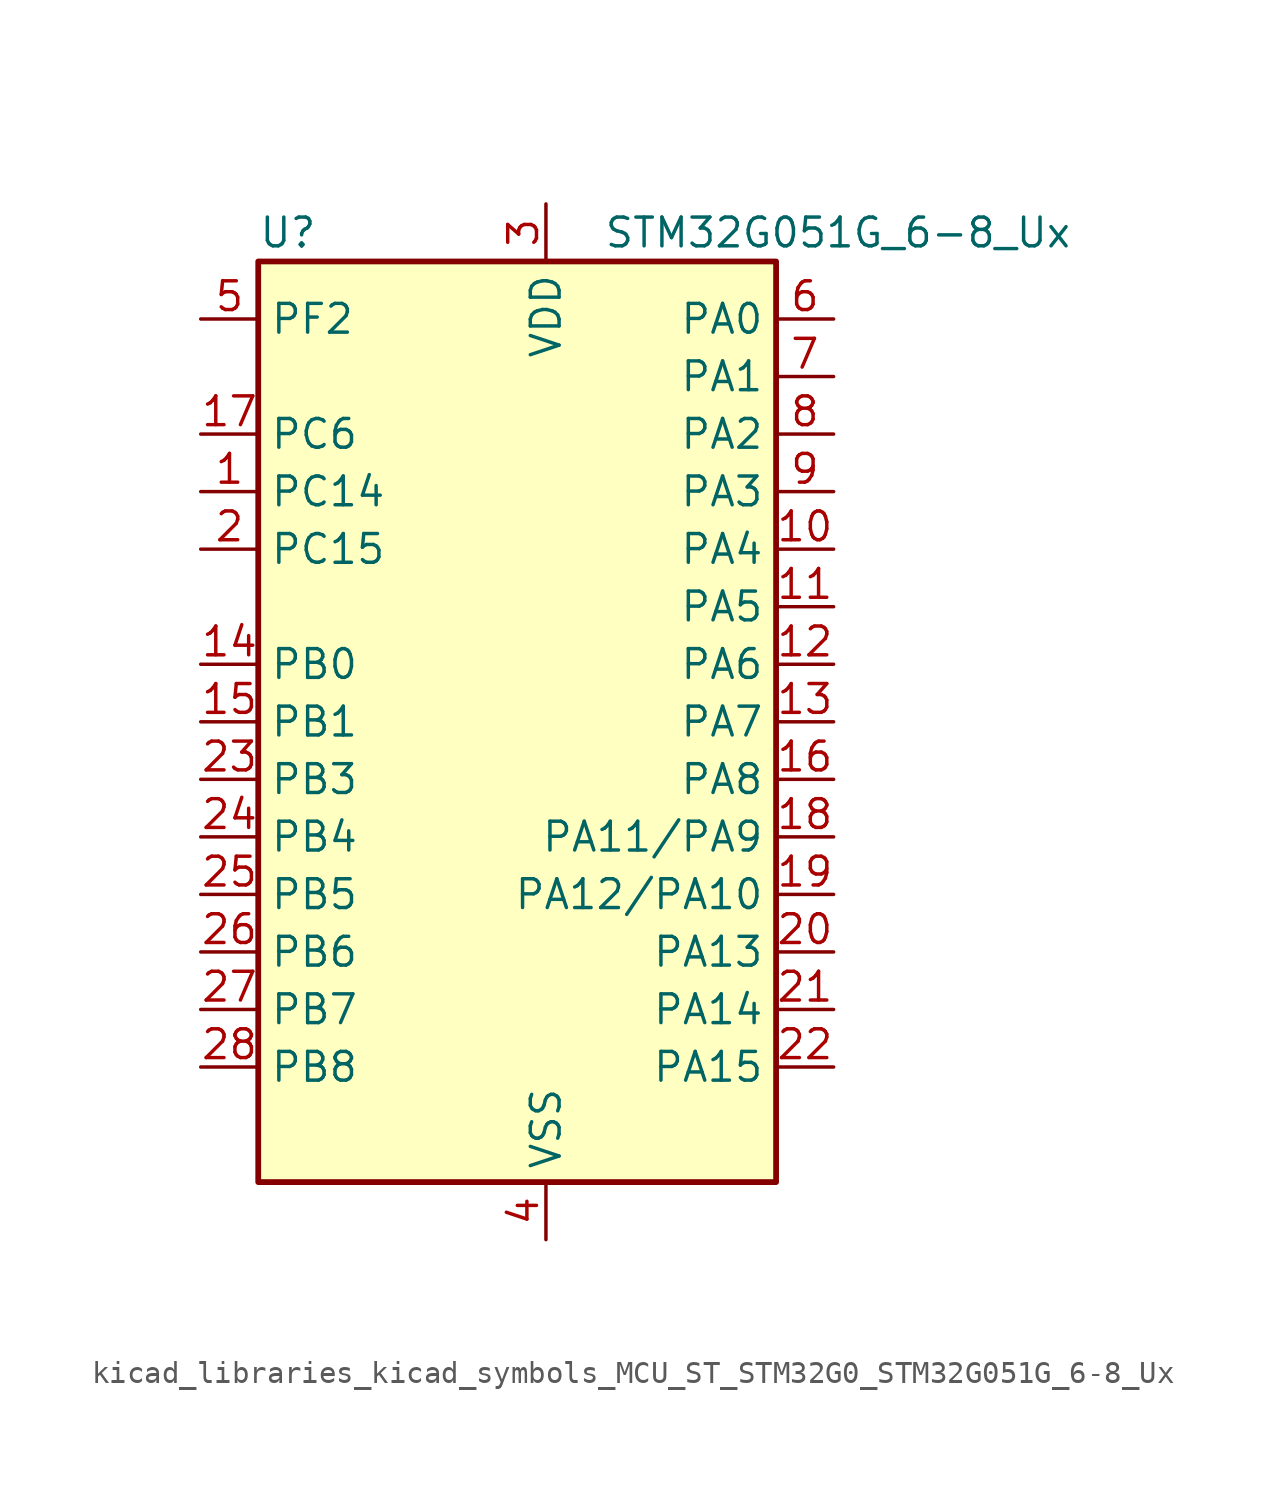
<source format=kicad_sym>
(kicad_symbol_lib
  (version 20220914)
  (generator kicad_symbol_editor)
  (symbol "kicad_libraries_kicad_symbols_MCU_ST_STM32G0_STM32G051G_6-8_Ux"
    (property "Reference" "U"
      (at -10.16 21.59 0)
      (effects (font (size 1.27 1.27)) (justify left)))
    (property "Value" "STM32G051G_6-8_Ux"
      (at 5.08 21.59 0)
      (effects (font (size 1.27 1.27)) (justify left)))
    (property "ki_locked" ""
      (at 0 0 0)
      (effects (font (size 1.27 1.27))))
    (symbol "kicad_libraries_kicad_symbols_MCU_ST_STM32G0_STM32G051G_6-8_Ux_0_1"
      (rectangle (start -10.16 -20.32) (end 12.7 20.32) (stroke (width 0.254) (type default)) (fill (type background))))
    (symbol "kicad_libraries_kicad_symbols_MCU_ST_STM32G0_STM32G051G_6-8_Ux_1_1"
      (pin bidirectional line (at -12.7 10.16 0) (length 2.54) (name "PC14" (effects (font (size 1.27 1.27)))) (number "1" (effects (font (size 1.27 1.27)))) (alternate "RCC_OSC32_IN" bidirectional line) (alternate "RCC_OSC_IN" bidirectional line) (alternate "TIM1_BK2" bidirectional line))
      (pin bidirectional line (at 15.24 7.62 180) (length 2.54) (name "PA4" (effects (font (size 1.27 1.27)))) (number "10" (effects (font (size 1.27 1.27)))) (alternate "ADC1_IN4" bidirectional line) (alternate "DAC1_OUT1" bidirectional line) (alternate "I2S1_WS" bidirectional line) (alternate "LPTIM2_OUT" bidirectional line) (alternate "RTC_OUT1" bidirectional line) (alternate "RTC_TAMP_IN1" bidirectional line) (alternate "RTC_TS" bidirectional line) (alternate "SPI1_NSS" bidirectional line) (alternate "SPI2_MOSI" bidirectional line) (alternate "SYS_WKUP2" bidirectional line) (alternate "TIM14_CH1" bidirectional line))
      (pin bidirectional line (at 15.24 5.08 180) (length 2.54) (name "PA5" (effects (font (size 1.27 1.27)))) (number "11" (effects (font (size 1.27 1.27)))) (alternate "ADC1_IN5" bidirectional line) (alternate "DAC1_OUT2" bidirectional line) (alternate "I2S1_CK" bidirectional line) (alternate "LPTIM2_ETR" bidirectional line) (alternate "SPI1_SCK" bidirectional line) (alternate "TIM2_CH1" bidirectional line) (alternate "TIM2_ETR" bidirectional line))
      (pin bidirectional line (at 15.24 2.54 180) (length 2.54) (name "PA6" (effects (font (size 1.27 1.27)))) (number "12" (effects (font (size 1.27 1.27)))) (alternate "ADC1_IN6" bidirectional line) (alternate "COMP1_OUT" bidirectional line) (alternate "I2S1_MCK" bidirectional line) (alternate "LPUART1_CTS" bidirectional line) (alternate "SPI1_MISO" bidirectional line) (alternate "TIM16_CH1" bidirectional line) (alternate "TIM1_BK" bidirectional line) (alternate "TIM3_CH1" bidirectional line))
      (pin bidirectional line (at 15.24 0 180) (length 2.54) (name "PA7" (effects (font (size 1.27 1.27)))) (number "13" (effects (font (size 1.27 1.27)))) (alternate "ADC1_IN7" bidirectional line) (alternate "COMP2_OUT" bidirectional line) (alternate "I2S1_SD" bidirectional line) (alternate "SPI1_MOSI" bidirectional line) (alternate "TIM14_CH1" bidirectional line) (alternate "TIM17_CH1" bidirectional line) (alternate "TIM1_CH1N" bidirectional line) (alternate "TIM3_CH2" bidirectional line))
      (pin bidirectional line (at -12.7 2.54 0) (length 2.54) (name "PB0" (effects (font (size 1.27 1.27)))) (number "14" (effects (font (size 1.27 1.27)))) (alternate "ADC1_IN8" bidirectional line) (alternate "COMP1_OUT" bidirectional line) (alternate "I2S1_WS" bidirectional line) (alternate "LPTIM1_OUT" bidirectional line) (alternate "SPI1_NSS" bidirectional line) (alternate "TIM1_CH2N" bidirectional line) (alternate "TIM3_CH3" bidirectional line))
      (pin bidirectional line (at -12.7 0 0) (length 2.54) (name "PB1" (effects (font (size 1.27 1.27)))) (number "15" (effects (font (size 1.27 1.27)))) (alternate "ADC1_IN9" bidirectional line) (alternate "COMP1_INM" bidirectional line) (alternate "LPTIM2_IN1" bidirectional line) (alternate "LPUART1_DE" bidirectional line) (alternate "LPUART1_RTS" bidirectional line) (alternate "TIM14_CH1" bidirectional line) (alternate "TIM1_CH3N" bidirectional line) (alternate "TIM3_CH4" bidirectional line))
      (pin bidirectional line (at 15.24 -2.54 180) (length 2.54) (name "PA8" (effects (font (size 1.27 1.27)))) (number "16" (effects (font (size 1.27 1.27)))) (alternate "LPTIM2_OUT" bidirectional line) (alternate "RCC_MCO" bidirectional line) (alternate "SPI2_NSS" bidirectional line) (alternate "TIM1_CH1" bidirectional line))
      (pin bidirectional line (at -12.7 12.7 0) (length 2.54) (name "PC6" (effects (font (size 1.27 1.27)))) (number "17" (effects (font (size 1.27 1.27)))) (alternate "TIM2_CH3" bidirectional line) (alternate "TIM3_CH1" bidirectional line))
      (pin bidirectional line (at 15.24 -5.08 180) (length 2.54) (name "PA11/PA9" (effects (font (size 1.27 1.27)))) (number "18" (effects (font (size 1.27 1.27)))) (alternate "ADC1_EXTI11" bidirectional line) (alternate "ADC1_IN15" bidirectional line) (alternate "COMP1_OUT" bidirectional line) (alternate "I2C2_SCL" bidirectional line) (alternate "I2S1_MCK" bidirectional line) (alternate "SPI1_MISO" bidirectional line) (alternate "TIM1_BK2" bidirectional line) (alternate "TIM1_CH4" bidirectional line) (alternate "USART1_CTS" bidirectional line) (alternate "USART1_NSS" bidirectional line))
      (pin bidirectional line (at 15.24 -7.62 180) (length 2.54) (name "PA12/PA10" (effects (font (size 1.27 1.27)))) (number "19" (effects (font (size 1.27 1.27)))) (alternate "ADC1_IN16" bidirectional line) (alternate "COMP2_OUT" bidirectional line) (alternate "I2C2_SDA" bidirectional line) (alternate "I2S1_SD" bidirectional line) (alternate "I2S_CKIN" bidirectional line) (alternate "SPI1_MOSI" bidirectional line) (alternate "TIM1_ETR" bidirectional line) (alternate "USART1_CK" bidirectional line) (alternate "USART1_DE" bidirectional line) (alternate "USART1_RTS" bidirectional line))
      (pin bidirectional line (at -12.7 7.62 0) (length 2.54) (name "PC15" (effects (font (size 1.27 1.27)))) (number "2" (effects (font (size 1.27 1.27)))) (alternate "RCC_OSC32_EN" bidirectional line) (alternate "RCC_OSC32_OUT" bidirectional line) (alternate "RCC_OSC_EN" bidirectional line) (alternate "TIM15_BK" bidirectional line))
      (pin bidirectional line (at 15.24 -10.16 180) (length 2.54) (name "PA13" (effects (font (size 1.27 1.27)))) (number "20" (effects (font (size 1.27 1.27)))) (alternate "ADC1_IN17" bidirectional line) (alternate "IR_OUT" bidirectional line) (alternate "SYS_SWDIO" bidirectional line))
      (pin bidirectional line (at 15.24 -12.7 180) (length 2.54) (name "PA14" (effects (font (size 1.27 1.27)))) (number "21" (effects (font (size 1.27 1.27)))) (alternate "ADC1_IN18" bidirectional line) (alternate "SYS_SWCLK" bidirectional line) (alternate "USART2_TX" bidirectional line))
      (pin bidirectional line (at 15.24 -15.24 180) (length 2.54) (name "PA15" (effects (font (size 1.27 1.27)))) (number "22" (effects (font (size 1.27 1.27)))) (alternate "I2S1_WS" bidirectional line) (alternate "SPI1_NSS" bidirectional line) (alternate "TIM2_CH1" bidirectional line) (alternate "TIM2_ETR" bidirectional line) (alternate "USART2_RX" bidirectional line))
      (pin bidirectional line (at -12.7 -2.54 0) (length 2.54) (name "PB3" (effects (font (size 1.27 1.27)))) (number "23" (effects (font (size 1.27 1.27)))) (alternate "COMP2_INM" bidirectional line) (alternate "I2S1_CK" bidirectional line) (alternate "SPI1_SCK" bidirectional line) (alternate "TIM1_CH2" bidirectional line) (alternate "TIM2_CH2" bidirectional line) (alternate "USART1_CK" bidirectional line) (alternate "USART1_DE" bidirectional line) (alternate "USART1_RTS" bidirectional line))
      (pin bidirectional line (at -12.7 -5.08 0) (length 2.54) (name "PB4" (effects (font (size 1.27 1.27)))) (number "24" (effects (font (size 1.27 1.27)))) (alternate "COMP2_INP" bidirectional line) (alternate "I2S1_MCK" bidirectional line) (alternate "SPI1_MISO" bidirectional line) (alternate "TIM17_BK" bidirectional line) (alternate "TIM3_CH1" bidirectional line) (alternate "USART1_CTS" bidirectional line) (alternate "USART1_NSS" bidirectional line))
      (pin bidirectional line (at -12.7 -7.62 0) (length 2.54) (name "PB5" (effects (font (size 1.27 1.27)))) (number "25" (effects (font (size 1.27 1.27)))) (alternate "COMP2_OUT" bidirectional line) (alternate "I2C1_SMBA" bidirectional line) (alternate "I2S1_SD" bidirectional line) (alternate "LPTIM1_IN1" bidirectional line) (alternate "SPI1_MOSI" bidirectional line) (alternate "SYS_WKUP6" bidirectional line) (alternate "TIM16_BK" bidirectional line) (alternate "TIM3_CH2" bidirectional line))
      (pin bidirectional line (at -12.7 -10.16 0) (length 2.54) (name "PB6" (effects (font (size 1.27 1.27)))) (number "26" (effects (font (size 1.27 1.27)))) (alternate "COMP2_INP" bidirectional line) (alternate "I2C1_SCL" bidirectional line) (alternate "LPTIM1_ETR" bidirectional line) (alternate "SPI2_MISO" bidirectional line) (alternate "TIM16_CH1N" bidirectional line) (alternate "TIM1_CH3" bidirectional line) (alternate "USART1_TX" bidirectional line))
      (pin bidirectional line (at -12.7 -12.7 0) (length 2.54) (name "PB7" (effects (font (size 1.27 1.27)))) (number "27" (effects (font (size 1.27 1.27)))) (alternate "ADC1_IN11" bidirectional line) (alternate "COMP2_INM" bidirectional line) (alternate "I2C1_SDA" bidirectional line) (alternate "LPTIM1_IN2" bidirectional line) (alternate "SPI2_MOSI" bidirectional line) (alternate "SYS_PVD_IN" bidirectional line) (alternate "TIM17_CH1N" bidirectional line) (alternate "USART1_RX" bidirectional line))
      (pin bidirectional line (at -12.7 -15.24 0) (length 2.54) (name "PB8" (effects (font (size 1.27 1.27)))) (number "28" (effects (font (size 1.27 1.27)))) (alternate "I2C1_SCL" bidirectional line) (alternate "SPI2_SCK" bidirectional line) (alternate "TIM15_BK" bidirectional line) (alternate "TIM16_CH1" bidirectional line))
      (pin power_in line (at 2.54 22.86 270) (length 2.54) (name "VDD" (effects (font (size 1.27 1.27)))) (number "3" (effects (font (size 1.27 1.27)))))
      (pin power_in line (at 2.54 -22.86 90) (length 2.54) (name "VSS" (effects (font (size 1.27 1.27)))) (number "4" (effects (font (size 1.27 1.27)))))
      (pin bidirectional line (at -12.7 17.78 0) (length 2.54) (name "PF2" (effects (font (size 1.27 1.27)))) (number "5" (effects (font (size 1.27 1.27)))) (alternate "RCC_MCO" bidirectional line))
      (pin bidirectional line (at 15.24 17.78 180) (length 2.54) (name "PA0" (effects (font (size 1.27 1.27)))) (number "6" (effects (font (size 1.27 1.27)))) (alternate "ADC1_IN0" bidirectional line) (alternate "COMP1_INM" bidirectional line) (alternate "COMP1_OUT" bidirectional line) (alternate "LPTIM1_OUT" bidirectional line) (alternate "RTC_TAMP_IN2" bidirectional line) (alternate "SPI2_SCK" bidirectional line) (alternate "SYS_WKUP1" bidirectional line) (alternate "TIM2_CH1" bidirectional line) (alternate "TIM2_ETR" bidirectional line) (alternate "USART2_CTS" bidirectional line) (alternate "USART2_NSS" bidirectional line))
      (pin bidirectional line (at 15.24 15.24 180) (length 2.54) (name "PA1" (effects (font (size 1.27 1.27)))) (number "7" (effects (font (size 1.27 1.27)))) (alternate "ADC1_IN1" bidirectional line) (alternate "COMP1_INP" bidirectional line) (alternate "I2C1_SMBA" bidirectional line) (alternate "I2S1_CK" bidirectional line) (alternate "SPI1_SCK" bidirectional line) (alternate "TIM15_CH1N" bidirectional line) (alternate "TIM2_CH2" bidirectional line) (alternate "USART2_CK" bidirectional line) (alternate "USART2_DE" bidirectional line) (alternate "USART2_RTS" bidirectional line))
      (pin bidirectional line (at 15.24 12.7 180) (length 2.54) (name "PA2" (effects (font (size 1.27 1.27)))) (number "8" (effects (font (size 1.27 1.27)))) (alternate "ADC1_IN2" bidirectional line) (alternate "COMP2_INM" bidirectional line) (alternate "COMP2_OUT" bidirectional line) (alternate "I2S1_SD" bidirectional line) (alternate "LPUART1_TX" bidirectional line) (alternate "RCC_LSCO" bidirectional line) (alternate "SPI1_MOSI" bidirectional line) (alternate "SYS_WKUP4" bidirectional line) (alternate "TIM15_CH1" bidirectional line) (alternate "TIM2_CH3" bidirectional line) (alternate "USART2_TX" bidirectional line))
      (pin bidirectional line (at 15.24 10.16 180) (length 2.54) (name "PA3" (effects (font (size 1.27 1.27)))) (number "9" (effects (font (size 1.27 1.27)))) (alternate "ADC1_IN3" bidirectional line) (alternate "COMP2_INP" bidirectional line) (alternate "LPUART1_RX" bidirectional line) (alternate "SPI2_MISO" bidirectional line) (alternate "TIM15_CH2" bidirectional line) (alternate "TIM2_CH4" bidirectional line) (alternate "USART2_RX" bidirectional line)))))
</source>
